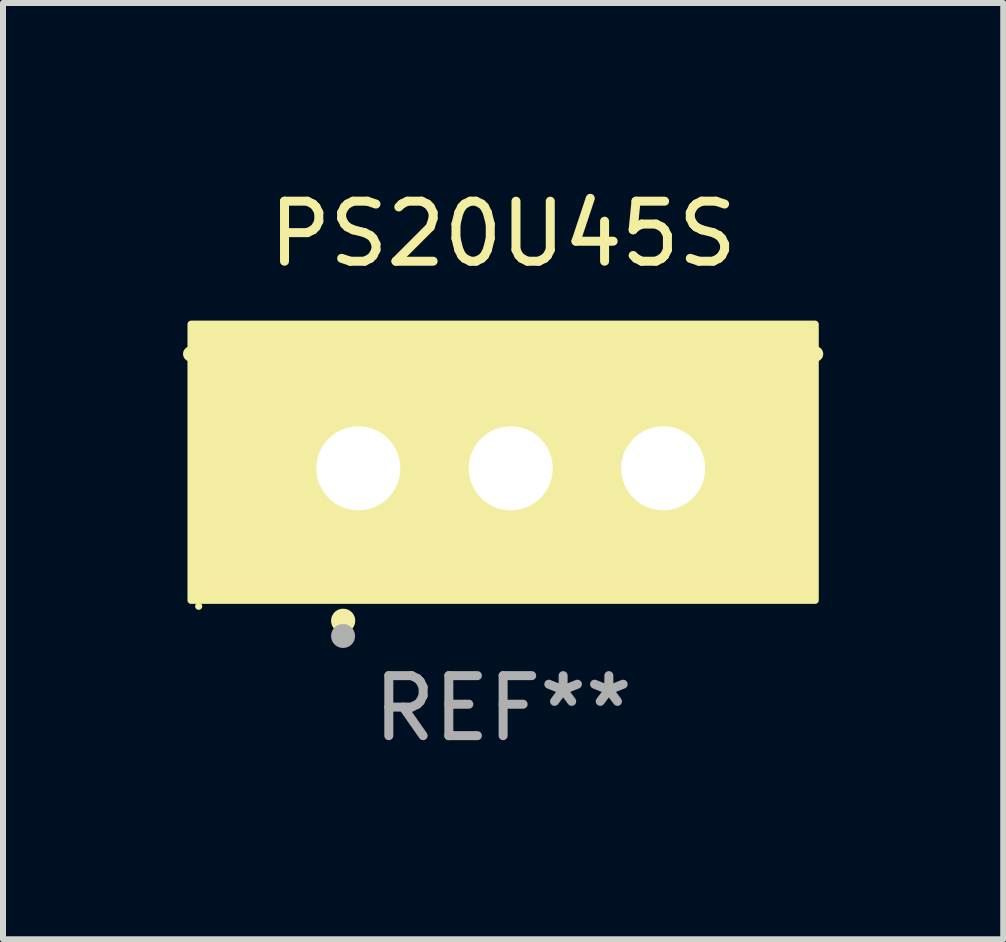
<source format=kicad_pcb>
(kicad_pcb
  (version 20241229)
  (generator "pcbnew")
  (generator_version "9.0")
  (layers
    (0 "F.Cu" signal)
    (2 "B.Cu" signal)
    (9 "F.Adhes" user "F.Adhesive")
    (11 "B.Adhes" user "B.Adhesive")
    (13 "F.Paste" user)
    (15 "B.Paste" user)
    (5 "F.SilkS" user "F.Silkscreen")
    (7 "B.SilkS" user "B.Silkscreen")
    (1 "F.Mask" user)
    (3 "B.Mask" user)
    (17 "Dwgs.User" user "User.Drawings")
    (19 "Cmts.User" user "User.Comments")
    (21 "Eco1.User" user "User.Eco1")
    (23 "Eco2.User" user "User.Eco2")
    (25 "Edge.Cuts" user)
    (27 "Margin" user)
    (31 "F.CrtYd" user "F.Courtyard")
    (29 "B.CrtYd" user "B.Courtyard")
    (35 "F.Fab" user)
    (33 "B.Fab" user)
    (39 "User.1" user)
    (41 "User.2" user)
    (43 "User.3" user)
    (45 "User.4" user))
  (footprint "PS20U45S"
    (layer "F.Cu")
    (at 5.334 3.801)
    (property "Reference" "PS20U45S" (at 0 -2.953 0) (layer "F.SilkS") (effects (font (size 1 1) (thickness 0.15))))
    (attr through_hole)
    (fp_line (start 5.207 -0.953) (end -5.207 -0.953) (stroke (width 0.254) (type solid)) (layer "F.SilkS"))
    (fp_arc (start -2.66698 3.49252) (mid -2.66571 3.492516) (end -2.66444 3.49252) (stroke (width 0.4) (type solid)) (layer "F.SilkS"))
    (fp_circle (center -5.073 3.252) (end -5.043 3.252) (stroke (width 0.06) (type solid)) (fill no) (layer "F.SilkS"))
    (fp_poly (pts (xy -5.2 -1.448) (xy 5.2 -1.448) (xy 5.2 3.152) (xy -5.2 3.152)) (stroke (width 0.12) (type solid)) (fill yes) (layer "F.SilkS"))
    (fp_circle (center -2.667 3.747) (end -2.567 3.747) (stroke (width 0.2) (type solid)) (fill no) (layer "F.Fab"))
    (fp_text user "REF**" (at 0 4.953 0) (layer "F.Fab") (effects (font (size 1 1) (thickness 0.15))))
    (pad "1" thru_hole rect (at -2.413 0.953) (size 2 2.5) (drill 1.4) (layers "*.Cu" "*.Mask"))
    (pad "2" thru_hole oval (at 0.127 0.953) (size 2 2.5) (drill 1.4) (layers "*.Cu" "*.Mask"))
    (pad "3" thru_hole oval (at 2.667 0.953) (size 2 2.5) (drill 1.4) (layers "*.Cu" "*.Mask")))
  (gr_rect
    (start -3 -3)
    (end 13.668 12.602)
    (stroke (width 0.1) (type default))
    (fill no)
    (layer "Edge.Cuts")))
</source>
